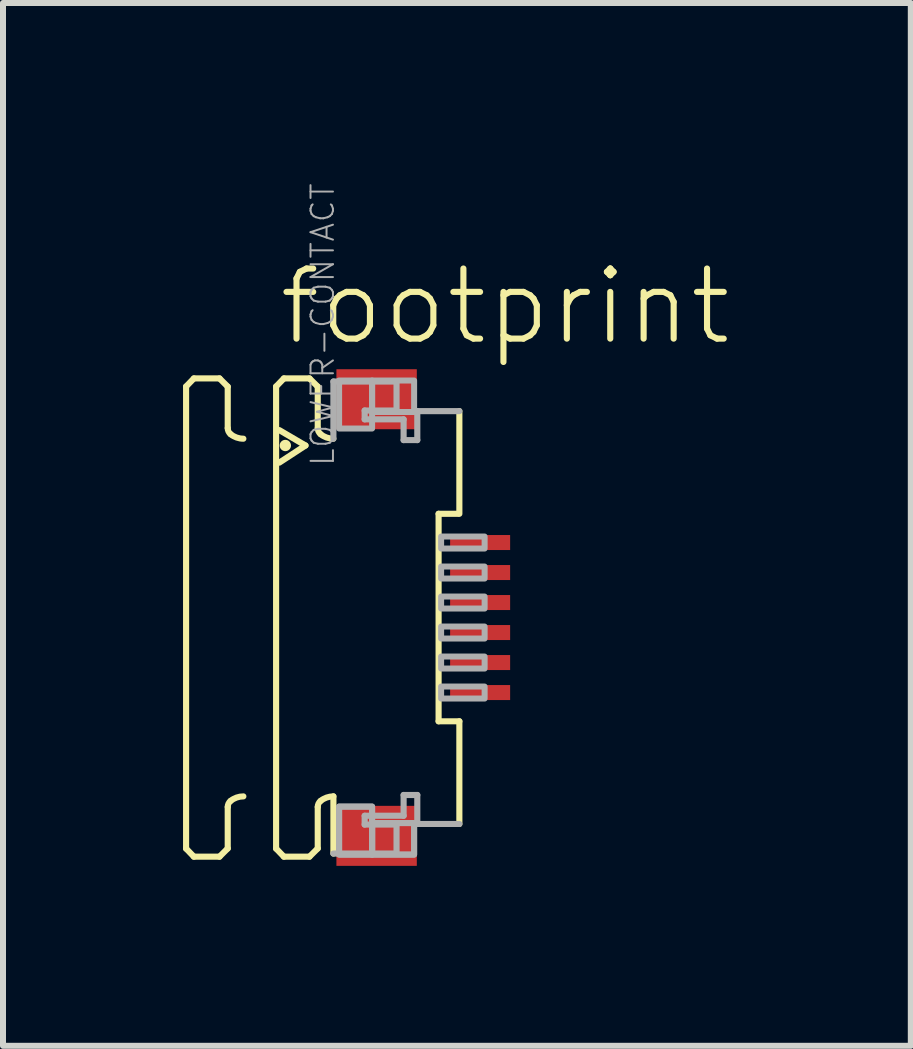
<source format=kicad_pcb>
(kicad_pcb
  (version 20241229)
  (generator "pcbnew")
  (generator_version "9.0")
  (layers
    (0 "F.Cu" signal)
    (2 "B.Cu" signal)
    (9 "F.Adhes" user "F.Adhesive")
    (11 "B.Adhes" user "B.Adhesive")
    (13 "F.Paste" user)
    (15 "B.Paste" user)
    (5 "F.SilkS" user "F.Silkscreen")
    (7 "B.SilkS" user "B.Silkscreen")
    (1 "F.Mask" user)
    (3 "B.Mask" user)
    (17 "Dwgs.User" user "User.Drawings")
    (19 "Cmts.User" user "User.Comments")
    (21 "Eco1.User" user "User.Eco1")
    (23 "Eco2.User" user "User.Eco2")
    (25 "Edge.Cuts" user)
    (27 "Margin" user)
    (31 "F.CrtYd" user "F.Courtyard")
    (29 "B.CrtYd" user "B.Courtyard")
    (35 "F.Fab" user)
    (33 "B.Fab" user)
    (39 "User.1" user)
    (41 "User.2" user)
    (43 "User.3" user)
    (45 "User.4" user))
  (footprint "footprint"
    (layer "F.Cu")
    (at 3.046 7.241)
    (property "Reference" "footprint" (at -1.5 -4.5 0) (layer "F.SilkS") (effects (font (size 1.168 1.168) (thickness 0.102)) (justify left bottom)))
    (fp_poly (pts (xy 1.355 -1.075) (xy 2.455 -1.075) (xy 2.455 -1.425) (xy 1.355 -1.425)) (stroke (width 0) (type solid)) (fill yes) (layer "F.Mask"))
    (fp_poly (pts (xy 1.355 -0.575) (xy 2.455 -0.575) (xy 2.455 -0.925) (xy 1.355 -0.925)) (stroke (width 0) (type solid)) (fill yes) (layer "F.Mask"))
    (fp_poly (pts (xy 1.355 -0.075) (xy 2.455 -0.075) (xy 2.455 -0.425) (xy 1.355 -0.425)) (stroke (width 0) (type solid)) (fill yes) (layer "F.Mask"))
    (fp_poly (pts (xy 1.355 0.425) (xy 2.455 0.425) (xy 2.455 0.075) (xy 1.355 0.075)) (stroke (width 0) (type solid)) (fill yes) (layer "F.Mask"))
    (fp_poly (pts (xy 1.355 0.925) (xy 2.455 0.925) (xy 2.455 0.575) (xy 1.355 0.575)) (stroke (width 0) (type solid)) (fill yes) (layer "F.Mask"))
    (fp_poly (pts (xy 1.355 1.425) (xy 2.455 1.425) (xy 2.455 1.075) (xy 1.355 1.075)) (stroke (width 0) (type solid)) (fill yes) (layer "F.Mask"))
    (fp_line (start -2.995 -3.85) (end -2.865 -3.985) (stroke (width 0.102) (type solid)) (layer "F.SilkS"))
    (fp_line (start -2.995 3.85) (end -2.995 -3.85) (stroke (width 0.102) (type solid)) (layer "F.SilkS"))
    (fp_line (start -2.995 3.85) (end -2.865 3.985) (stroke (width 0.102) (type solid)) (layer "F.SilkS"))
    (fp_line (start -2.865 -3.985) (end -2.438 -3.985) (stroke (width 0.102) (type solid)) (layer "F.SilkS"))
    (fp_line (start -2.865 3.985) (end -2.438 3.985) (stroke (width 0.102) (type solid)) (layer "F.SilkS"))
    (fp_line (start -2.438 -3.985) (end -2.301 -3.848) (stroke (width 0.102) (type solid)) (layer "F.SilkS"))
    (fp_line (start -2.438 3.985) (end -2.301 3.848) (stroke (width 0.102) (type solid)) (layer "F.SilkS"))
    (fp_line (start -2.301 -3.848) (end -2.301 -3.156) (stroke (width 0.102) (type solid)) (layer "F.SilkS"))
    (fp_line (start -2.301 3.848) (end -2.301 3.156) (stroke (width 0.102) (type solid)) (layer "F.SilkS"))
    (fp_line (start -1.495 -3.85) (end -1.365 -3.985) (stroke (width 0.102) (type solid)) (layer "F.SilkS"))
    (fp_line (start -1.495 3.85) (end -1.495 -3.85) (stroke (width 0.102) (type solid)) (layer "F.SilkS"))
    (fp_line (start -1.495 3.85) (end -1.365 3.985) (stroke (width 0.102) (type solid)) (layer "F.SilkS"))
    (fp_line (start -1.441 -3.123) (end -1.005 -2.867) (stroke (width 0.102) (type solid)) (layer "F.SilkS"))
    (fp_line (start -1.365 -3.985) (end -0.939 -3.985) (stroke (width 0.102) (type solid)) (layer "F.SilkS"))
    (fp_line (start -1.365 3.985) (end -0.939 3.985) (stroke (width 0.102) (type solid)) (layer "F.SilkS"))
    (fp_line (start -1.005 -2.867) (end -1.441 -2.582) (stroke (width 0.102) (type solid)) (layer "F.SilkS"))
    (fp_line (start -0.939 -3.985) (end -0.801 -3.848) (stroke (width 0.102) (type solid)) (layer "F.SilkS"))
    (fp_line (start -0.939 3.985) (end -0.801 3.848) (stroke (width 0.102) (type solid)) (layer "F.SilkS"))
    (fp_line (start -0.801 -3.848) (end -0.801 -3.156) (stroke (width 0.102) (type solid)) (layer "F.SilkS"))
    (fp_line (start -0.801 3.848) (end -0.801 3.156) (stroke (width 0.102) (type solid)) (layer "F.SilkS"))
    (fp_line (start -0.54 2.98) (end -0.54 3.933) (stroke (width 0.102) (type solid)) (layer "F.SilkS"))
    (fp_line (start 1.213 1.729) (end 1.213 -1.729) (stroke (width 0.102) (type solid)) (layer "F.SilkS"))
    (fp_line (start 1.538 -1.729) (end 1.213 -1.729) (stroke (width 0.102) (type solid)) (layer "F.SilkS"))
    (fp_line (start 1.559 -3.44) (end 1.559 -1.729) (stroke (width 0.102) (type solid)) (layer "F.SilkS"))
    (fp_line (start 1.559 1.729) (end 1.213 1.729) (stroke (width 0.102) (type solid)) (layer "F.SilkS"))
    (fp_line (start 1.559 3.44) (end 1.559 1.729) (stroke (width 0.102) (type solid)) (layer "F.SilkS"))
    (fp_arc (start -2.301 3.1557) (mid -2.288538 3.100596) (end -2.2536 3.056199) (stroke (width 0.1016) (type solid)) (layer "F.SilkS"))
    (fp_arc (start -2.2536 -3.056199) (mid -2.288538 -3.100596) (end -2.301 -3.1557) (stroke (width 0.1016) (type solid)) (layer "F.SilkS"))
    (fp_arc (start -2.2536 3.0562) (mid -2.153476 2.999935) (end -2.0403 2.980399) (stroke (width 0.1016) (type solid)) (layer "F.SilkS"))
    (fp_arc (start -2.0403 -2.980399) (mid -2.153476 -2.999935) (end -2.2536 -3.0562) (stroke (width 0.1016) (type solid)) (layer "F.SilkS"))
    (fp_arc (start -0.801 3.1557) (mid -0.788538 3.100596) (end -0.7536 3.056199) (stroke (width 0.1016) (type solid)) (layer "F.SilkS"))
    (fp_arc (start -0.7536 -3.056199) (mid -0.788538 -3.100596) (end -0.801 -3.1557) (stroke (width 0.1016) (type solid)) (layer "F.SilkS"))
    (fp_arc (start -0.7536 3.0562) (mid -0.653476 2.999935) (end -0.5403 2.980399) (stroke (width 0.1016) (type solid)) (layer "F.SilkS"))
    (fp_arc (start -0.5403 -2.980399) (mid -0.653476 -2.999935) (end -0.7536 -3.0562) (stroke (width 0.1016) (type solid)) (layer "F.SilkS"))
    (fp_circle (center -1.341 -2.867) (end -1.294 -2.867) (stroke (width 0.095) (type solid)) (fill yes) (layer "F.SilkS"))
    (fp_line (start -0.54 -3.933) (end 0.512 -3.933) (stroke (width 0.102) (type solid)) (layer "F.Fab"))
    (fp_line (start -0.54 -2.98) (end -0.54 -3.933) (stroke (width 0.102) (type solid)) (layer "F.Fab"))
    (fp_line (start -0.54 3.933) (end 0.512 3.933) (stroke (width 0.102) (type solid)) (layer "F.Fab"))
    (fp_line (start -0.019 -3.45) (end -0.019 -3.303) (stroke (width 0.102) (type solid)) (layer "F.Fab"))
    (fp_line (start -0.019 -3.303) (end 0.63 -3.303) (stroke (width 0.102) (type solid)) (layer "F.Fab"))
    (fp_line (start -0.019 3.303) (end 0.63 3.303) (stroke (width 0.102) (type solid)) (layer "F.Fab"))
    (fp_line (start -0.019 3.45) (end -0.019 3.303) (stroke (width 0.102) (type solid)) (layer "F.Fab"))
    (fp_line (start 0.512 -3.933) (end 0.512 -3.45) (stroke (width 0.102) (type solid)) (layer "F.Fab"))
    (fp_line (start 0.512 -3.45) (end -0.019 -3.45) (stroke (width 0.102) (type solid)) (layer "F.Fab"))
    (fp_line (start 0.512 3.45) (end -0.019 3.45) (stroke (width 0.102) (type solid)) (layer "F.Fab"))
    (fp_line (start 0.512 3.933) (end 0.512 3.45) (stroke (width 0.102) (type solid)) (layer "F.Fab"))
    (fp_line (start 0.63 -3.303) (end 0.63 -2.957) (stroke (width 0.102) (type solid)) (layer "F.Fab"))
    (fp_line (start 0.63 -2.957) (end 0.858 -2.957) (stroke (width 0.102) (type solid)) (layer "F.Fab"))
    (fp_line (start 0.63 2.957) (end 0.858 2.957) (stroke (width 0.102) (type solid)) (layer "F.Fab"))
    (fp_line (start 0.63 3.303) (end 0.63 2.957) (stroke (width 0.102) (type solid)) (layer "F.Fab"))
    (fp_line (start 0.858 -3.44) (end 1.559 -3.44) (stroke (width 0.102) (type solid)) (layer "F.Fab"))
    (fp_line (start 0.858 -2.957) (end 0.858 -3.44) (stroke (width 0.102) (type solid)) (layer "F.Fab"))
    (fp_line (start 0.858 2.957) (end 0.858 3.44) (stroke (width 0.102) (type solid)) (layer "F.Fab"))
    (fp_line (start 0.858 3.44) (end 1.559 3.44) (stroke (width 0.102) (type solid)) (layer "F.Fab"))
    (fp_poly (pts (xy -0.445 -3.15) (xy 0.105 -3.15) (xy 0.105 -3.95) (xy -0.445 -3.95)) (stroke (width 0.1) (type solid)) (fill no) (layer "F.Fab"))
    (fp_poly (pts (xy -0.445 3.95) (xy 0.105 3.95) (xy 0.105 3.15) (xy -0.445 3.15)) (stroke (width 0.1) (type solid)) (fill no) (layer "F.Fab"))
    (fp_poly (pts (xy -0.445 3.95) (xy 0.105 3.95) (xy 0.105 3.15) (xy -0.445 3.15)) (stroke (width 0.1) (type solid)) (fill no) (layer "F.Fab"))
    (fp_poly (pts (xy 0.105 -3.425) (xy 0.805 -3.425) (xy 0.805 -3.95) (xy 0.105 -3.95)) (stroke (width 0.1) (type solid)) (fill no) (layer "F.Fab"))
    (fp_poly (pts (xy 0.105 3.95) (xy 0.805 3.95) (xy 0.805 3.425) (xy 0.105 3.425)) (stroke (width 0.1) (type solid)) (fill no) (layer "F.Fab"))
    (fp_poly (pts (xy 0.105 3.95) (xy 0.805 3.95) (xy 0.805 3.425) (xy 0.105 3.425)) (stroke (width 0.1) (type solid)) (fill no) (layer "F.Fab"))
    (fp_poly (pts (xy 1.255 -1.15) (xy 1.98 -1.15) (xy 1.98 -1.35) (xy 1.255 -1.35)) (stroke (width 0.1) (type solid)) (fill no) (layer "F.Fab"))
    (fp_poly (pts (xy 1.255 -0.65) (xy 1.98 -0.65) (xy 1.98 -0.85) (xy 1.255 -0.85)) (stroke (width 0.1) (type solid)) (fill no) (layer "F.Fab"))
    (fp_poly (pts (xy 1.255 -0.15) (xy 1.98 -0.15) (xy 1.98 -0.35) (xy 1.255 -0.35)) (stroke (width 0.1) (type solid)) (fill no) (layer "F.Fab"))
    (fp_poly (pts (xy 1.255 0.35) (xy 1.98 0.35) (xy 1.98 0.15) (xy 1.255 0.15)) (stroke (width 0.1) (type solid)) (fill no) (layer "F.Fab"))
    (fp_poly (pts (xy 1.255 0.85) (xy 1.98 0.85) (xy 1.98 0.65) (xy 1.255 0.65)) (stroke (width 0.1) (type solid)) (fill no) (layer "F.Fab"))
    (fp_poly (pts (xy 1.255 1.35) (xy 1.98 1.35) (xy 1.98 1.15) (xy 1.255 1.15)) (stroke (width 0.1) (type solid)) (fill no) (layer "F.Fab"))
    (fp_text user "LOWER-CONTACT" (at -0.5 -2.5 270) (layer "F.Fab") (effects (font (size 0.374 0.374) (thickness 0.033)) (justify left bottom)))
    (pad "1" smd rect (at 1.905 -1.25) (size 1 0.25) (layers "F.Cu" "F.Paste"))
    (pad "2" smd rect (at 1.905 -0.75) (size 1 0.25) (layers "F.Cu" "F.Paste"))
    (pad "3" smd rect (at 1.905 -0.25) (size 1 0.25) (layers "F.Cu" "F.Paste"))
    (pad "4" smd rect (at 1.905 0.25) (size 1 0.25) (layers "F.Cu" "F.Paste"))
    (pad "5" smd rect (at 1.905 0.75) (size 1 0.25) (layers "F.Cu" "F.Paste"))
    (pad "6" smd rect (at 1.905 1.25) (size 1 0.25) (layers "F.Cu" "F.Paste"))
    (pad "M1" smd rect (at 0.18 -3.638) (size 1.34 1) (layers "F.Cu" "F.Mask" "F.Paste"))
    (pad "M2" smd rect (at 0.18 3.638) (size 1.34 1) (layers "F.Cu" "F.Mask" "F.Paste")))
  (gr_rect
    (start -3 -3)
    (end 12.128 14.378)
    (stroke (width 0.1) (type default))
    (fill no)
    (layer "Edge.Cuts")))
</source>
